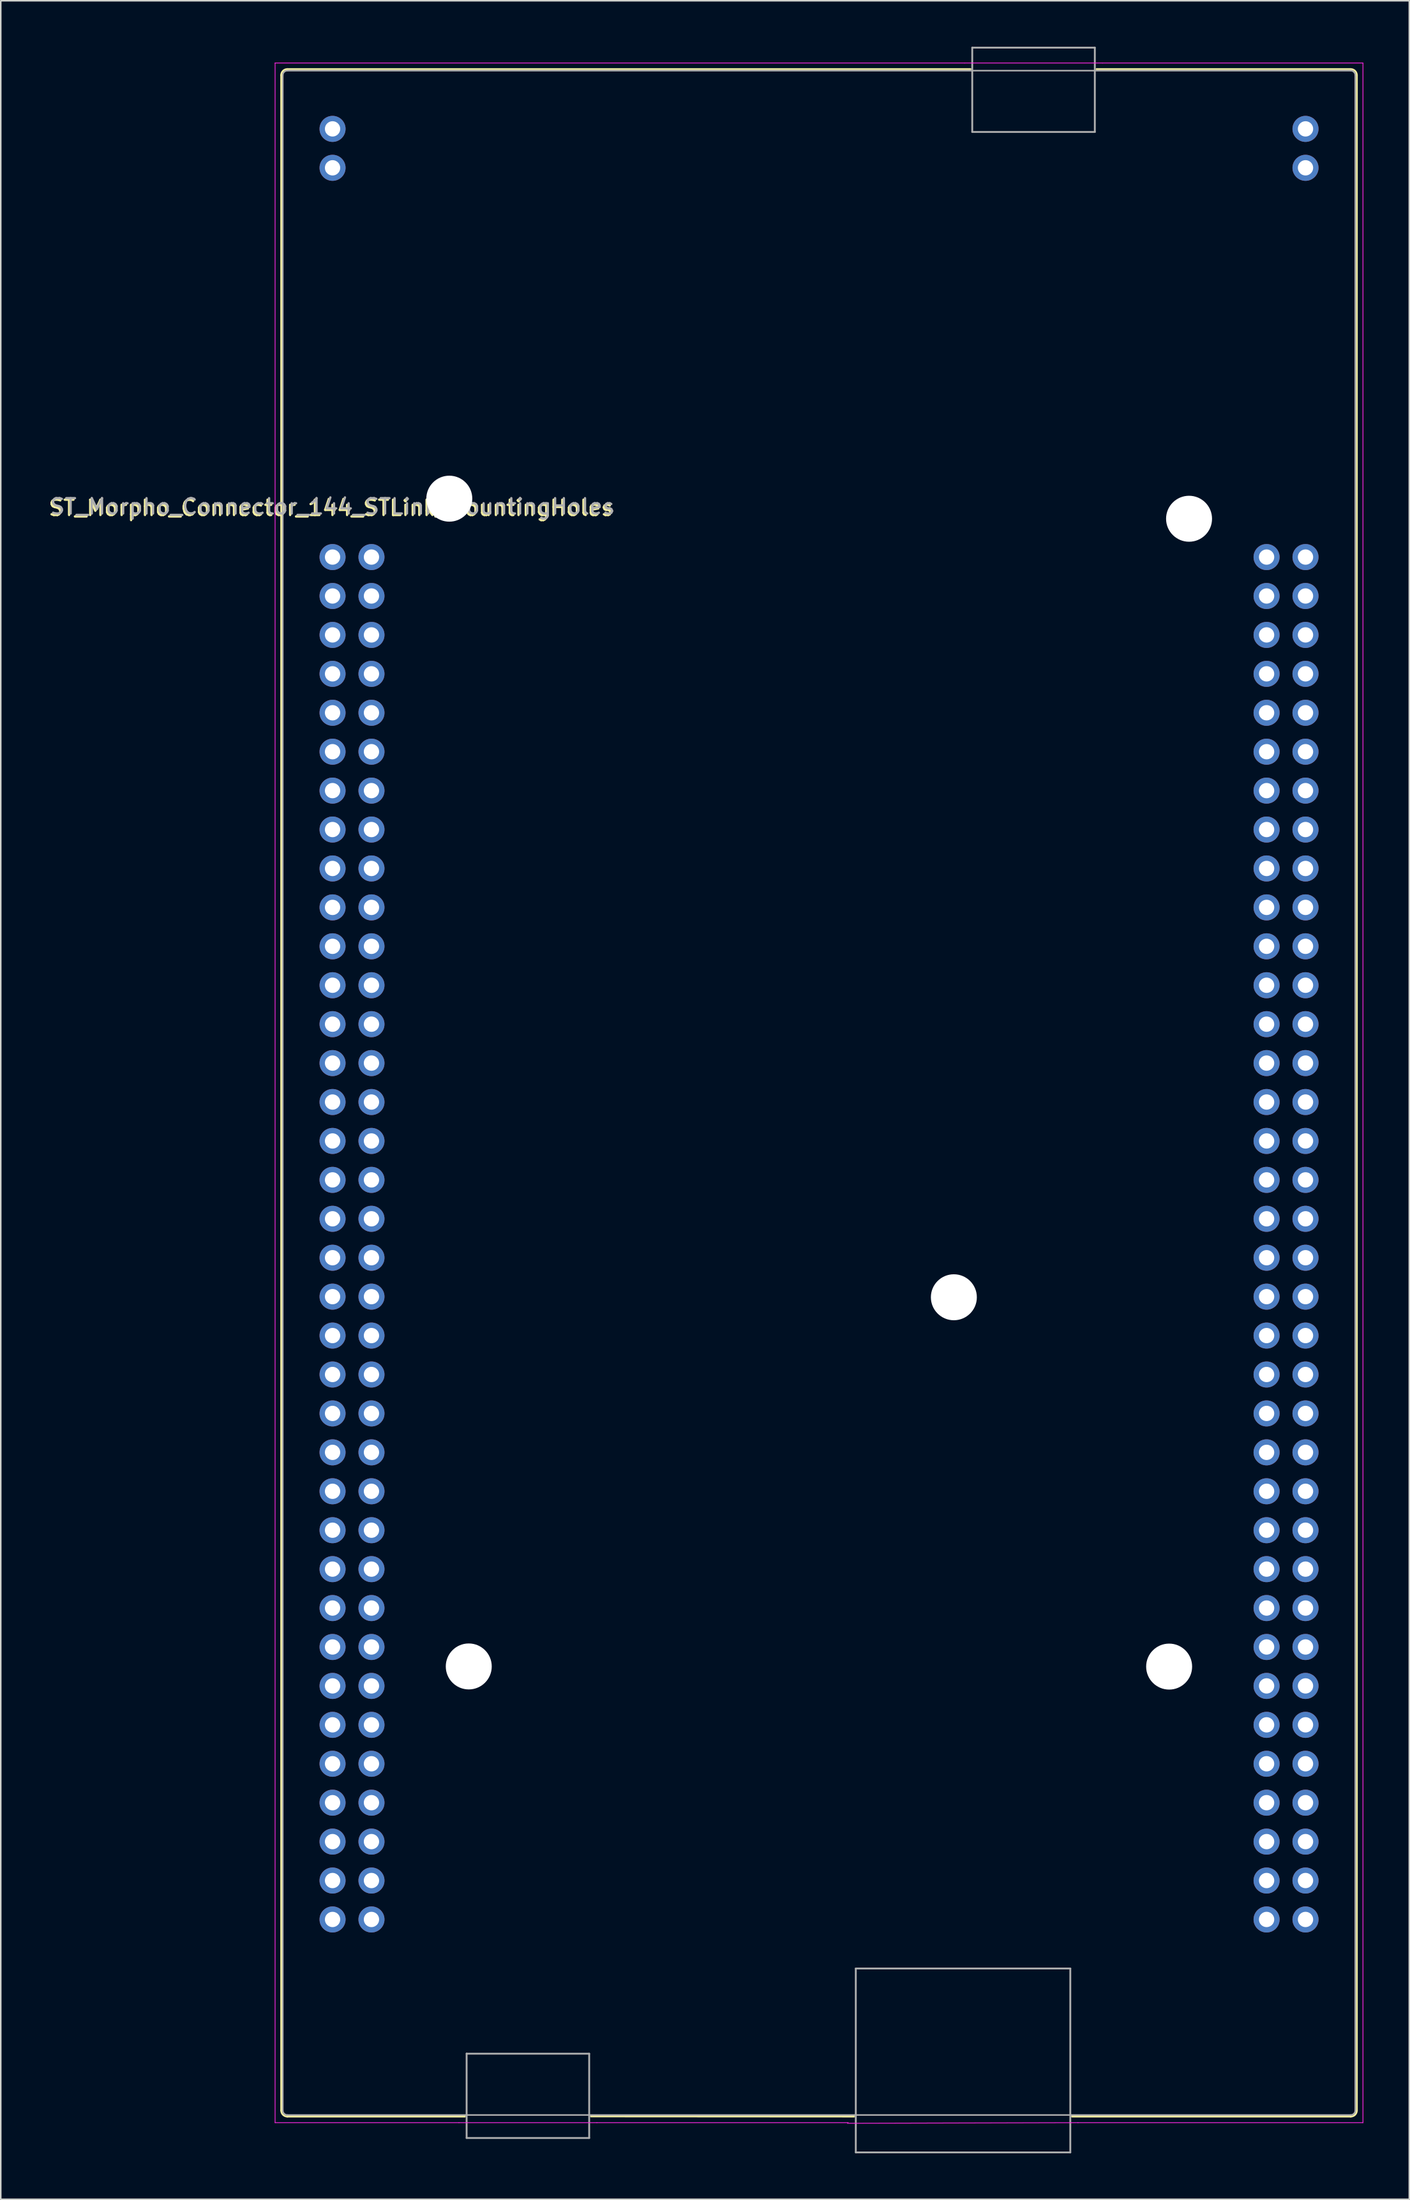
<source format=kicad_pcb>
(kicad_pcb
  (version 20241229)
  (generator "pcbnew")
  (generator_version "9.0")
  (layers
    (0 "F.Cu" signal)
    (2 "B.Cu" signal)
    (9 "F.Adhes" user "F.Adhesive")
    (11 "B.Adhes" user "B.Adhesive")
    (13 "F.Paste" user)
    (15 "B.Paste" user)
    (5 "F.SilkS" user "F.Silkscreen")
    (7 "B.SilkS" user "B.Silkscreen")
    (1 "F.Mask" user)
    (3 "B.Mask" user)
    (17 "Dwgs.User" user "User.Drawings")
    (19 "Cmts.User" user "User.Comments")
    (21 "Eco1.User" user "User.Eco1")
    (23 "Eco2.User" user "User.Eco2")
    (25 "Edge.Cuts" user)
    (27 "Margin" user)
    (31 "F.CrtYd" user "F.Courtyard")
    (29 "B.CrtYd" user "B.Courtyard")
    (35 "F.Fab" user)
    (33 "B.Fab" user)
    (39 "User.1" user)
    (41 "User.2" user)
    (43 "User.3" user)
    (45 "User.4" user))
  (footprint "ST_Morpho_Connector_144_STLink_MountingHoles"
    (layer "F.Cu")
    (at 18.654 33.3)
    (property "Reference" "ST_Morpho_Connector_144_STLink_MountingHoles" (at -0.1 -3.2 0) (layer "F.SilkS") (effects (font (size 1 1) (thickness 0.15))))
    (attr through_hole)
    (fp_line (start -3.35 -31.44) (end -3.35 101.36) (stroke (width 0.12) (type solid)) (layer "F.SilkS"))
    (fp_line (start 8.64 101.76) (end -2.95 101.76) (stroke (width 0.12) (type solid)) (layer "F.SilkS"))
    (fp_line (start 34.04 101.76) (end 16.86 101.75) (stroke (width 0.12) (type solid)) (layer "F.SilkS"))
    (fp_line (start 41.64 -31.84) (end -2.95 -31.84) (stroke (width 0.12) (type solid)) (layer "F.SilkS"))
    (fp_line (start 48.26 101.76) (end 66.45 101.76) (stroke (width 0.12) (type solid)) (layer "F.SilkS"))
    (fp_line (start 49.86 -31.84) (end 66.45 -31.84) (stroke (width 0.12) (type solid)) (layer "F.SilkS"))
    (fp_line (start 66.85 101.36) (end 66.85 -31.44) (stroke (width 0.12) (type solid)) (layer "F.SilkS"))
    (fp_arc (start -3.35 -31.44) (mid -3.232843 -31.722843) (end -2.95 -31.84) (stroke (width 0.12) (type solid)) (layer "F.SilkS"))
    (fp_arc (start -2.95 101.76) (mid -3.232843 101.642843) (end -3.35 101.36) (stroke (width 0.12) (type solid)) (layer "F.SilkS"))
    (fp_arc (start 66.45 -31.84) (mid 66.732843 -31.722843) (end 66.85 -31.44) (stroke (width 0.12) (type solid)) (layer "F.SilkS"))
    (fp_arc (start 66.85 101.36) (mid 66.732843 101.642843) (end 66.45 101.76) (stroke (width 0.12) (type solid)) (layer "F.SilkS"))
    (fp_line (start -3.75 -32.24) (end -3.75 102.16) (stroke (width 0.05) (type solid)) (layer "F.CrtYd"))
    (fp_line (start -3.75 102.16) (end 8.25 102.16) (stroke (width 0.05) (type solid)) (layer "F.CrtYd"))
    (fp_line (start 8.25 102.16) (end 17.25 102.16) (stroke (width 0.05) (type solid)) (layer "F.CrtYd"))
    (fp_line (start 17.25 102.16) (end 33.66 102.16) (stroke (width 0.05) (type solid)) (layer "F.CrtYd"))
    (fp_line (start 33.6 102.2) (end 48.65 102.16) (stroke (width 0.05) (type solid)) (layer "F.CrtYd"))
    (fp_line (start 41.25 -32.24) (end -3.75 -32.24) (stroke (width 0.05) (type solid)) (layer "F.CrtYd"))
    (fp_line (start 41.25 -32.24) (end 50.25 -32.24) (stroke (width 0.05) (type solid)) (layer "F.CrtYd"))
    (fp_line (start 50.25 -32.24) (end 67.25 -32.24) (stroke (width 0.05) (type solid)) (layer "F.CrtYd"))
    (fp_line (start 67.25 102.16) (end 48.65 102.16) (stroke (width 0.05) (type solid)) (layer "F.CrtYd"))
    (fp_line (start 67.25 102.16) (end 67.25 -32.24) (stroke (width 0.05) (type solid)) (layer "F.CrtYd"))
    (fp_line (start -3.25 101.36) (end -3.25 -31.44) (stroke (width 0.1) (type solid)) (layer "F.Fab"))
    (fp_line (start 8.75 97.66) (end 16.75 97.66) (stroke (width 0.12) (type solid)) (layer "F.Fab"))
    (fp_line (start 8.75 103.16) (end 8.75 97.65) (stroke (width 0.12) (type solid)) (layer "F.Fab"))
    (fp_line (start 8.75 103.16) (end 16.75 103.16) (stroke (width 0.12) (type solid)) (layer "F.Fab"))
    (fp_line (start 16.75 97.66) (end 16.75 103.16) (stroke (width 0.12) (type solid)) (layer "F.Fab"))
    (fp_line (start 34.15 92.1) (end 48.15 92.1) (stroke (width 0.12) (type solid)) (layer "F.Fab"))
    (fp_line (start 34.15 104.1) (end 34.15 92.1) (stroke (width 0.12) (type solid)) (layer "F.Fab"))
    (fp_line (start 34.15 104.1) (end 48.15 104.1) (stroke (width 0.12) (type solid)) (layer "F.Fab"))
    (fp_line (start 41.75 -33.24) (end 49.75 -33.24) (stroke (width 0.12) (type solid)) (layer "F.Fab"))
    (fp_line (start 41.75 -27.74) (end 41.75 -33.24) (stroke (width 0.12) (type solid)) (layer "F.Fab"))
    (fp_line (start 41.75 -27.74) (end 49.75 -27.74) (stroke (width 0.12) (type solid)) (layer "F.Fab"))
    (fp_line (start 48.15 104.1) (end 48.15 92.1) (stroke (width 0.12) (type solid)) (layer "F.Fab"))
    (fp_line (start 49.75 -33.24) (end 49.75 -27.74) (stroke (width 0.12) (type solid)) (layer "F.Fab"))
    (fp_line (start 66.45 -31.74) (end -2.95 -31.74) (stroke (width 0.1) (type solid)) (layer "F.Fab"))
    (fp_line (start 66.45 101.66) (end -2.95 101.66) (stroke (width 0.1) (type solid)) (layer "F.Fab"))
    (fp_line (start 66.75 101.36) (end 66.75 -31.44) (stroke (width 0.1) (type solid)) (layer "F.Fab"))
    (fp_arc (start -3.25 -31.44) (mid -3.162132 -31.652132) (end -2.95 -31.74) (stroke (width 0.1) (type solid)) (layer "F.Fab"))
    (fp_arc (start -2.95 101.66) (mid -3.162132 101.572132) (end -3.25 101.36) (stroke (width 0.1) (type solid)) (layer "F.Fab"))
    (fp_arc (start 66.45 -31.74) (mid 66.662132 -31.652132) (end 66.75 -31.44) (stroke (width 0.1) (type solid)) (layer "F.Fab"))
    (fp_arc (start 66.75 101.36) (mid 66.662132 101.572132) (end 66.45 101.66) (stroke (width 0.1) (type solid)) (layer "F.Fab"))
    (fp_text user "${REFERENCE}" (at 0 -3.3 0) (layer "F.Fab") (effects (font (size 1 1) (thickness 0.15))))
    (pad "" np_thru_hole circle (at 7.62 -3.81) (size 3 3) (drill 3) (layers "*.Cu" "*.Mask"))
    (pad "" np_thru_hole circle (at 8.89 72.39) (size 3 3) (drill 3) (layers "*.Cu" "*.Mask"))
    (pad "" np_thru_hole circle (at 40.55 48.3) (size 3 3) (drill 3) (layers "*.Cu" "*.Mask"))
    (pad "" np_thru_hole circle (at 54.6 72.4) (size 3 3) (drill 3) (layers "*.Cu" "*.Mask"))
    (pad "" np_thru_hole circle (at 55.9 -2.5) (size 3 3) (drill 3) (layers "*.Cu" "*.Mask"))
    (pad "1" thru_hole circle (at 0 0) (size 1.7 1.7) (drill 1) (layers "*.Cu" "*.Mask"))
    (pad "2" thru_hole circle (at 2.54 0) (size 1.7 1.7) (drill 1) (layers "*.Cu" "*.Mask"))
    (pad "3" thru_hole circle (at 0 2.54) (size 1.7 1.7) (drill 1) (layers "*.Cu" "*.Mask"))
    (pad "4" thru_hole circle (at 2.54 2.54) (size 1.7 1.7) (drill 1) (layers "*.Cu" "*.Mask"))
    (pad "5" thru_hole circle (at 0 5.08) (size 1.7 1.7) (drill 1) (layers "*.Cu" "*.Mask"))
    (pad "6" thru_hole circle (at 2.54 5.08) (size 1.7 1.7) (drill 1) (layers "*.Cu" "*.Mask"))
    (pad "7" thru_hole circle (at 0 7.62) (size 1.7 1.7) (drill 1) (layers "*.Cu" "*.Mask"))
    (pad "8" thru_hole circle (at 2.54 7.62) (size 1.7 1.7) (drill 1) (layers "*.Cu" "*.Mask"))
    (pad "9" thru_hole circle (at 0 10.16) (size 1.7 1.7) (drill 1) (layers "*.Cu" "*.Mask"))
    (pad "10" thru_hole circle (at 2.54 10.16) (size 1.7 1.7) (drill 1) (layers "*.Cu" "*.Mask"))
    (pad "11" thru_hole circle (at 0 12.7) (size 1.7 1.7) (drill 1) (layers "*.Cu" "*.Mask"))
    (pad "12" thru_hole circle (at 2.54 12.7) (size 1.7 1.7) (drill 1) (layers "*.Cu" "*.Mask"))
    (pad "13" thru_hole circle (at 0 15.24) (size 1.7 1.7) (drill 1) (layers "*.Cu" "*.Mask"))
    (pad "14" thru_hole circle (at 2.54 15.24) (size 1.7 1.7) (drill 1) (layers "*.Cu" "*.Mask"))
    (pad "15" thru_hole circle (at 0 17.78) (size 1.7 1.7) (drill 1) (layers "*.Cu" "*.Mask"))
    (pad "16" thru_hole circle (at 2.54 17.78) (size 1.7 1.7) (drill 1) (layers "*.Cu" "*.Mask"))
    (pad "17" thru_hole circle (at 0 20.32) (size 1.7 1.7) (drill 1) (layers "*.Cu" "*.Mask"))
    (pad "18" thru_hole circle (at 2.54 20.32) (size 1.7 1.7) (drill 1) (layers "*.Cu" "*.Mask"))
    (pad "19" thru_hole circle (at 0 22.86) (size 1.7 1.7) (drill 1) (layers "*.Cu" "*.Mask"))
    (pad "20" thru_hole circle (at 2.54 22.86) (size 1.7 1.7) (drill 1) (layers "*.Cu" "*.Mask"))
    (pad "21" thru_hole circle (at 0 25.4) (size 1.7 1.7) (drill 1) (layers "*.Cu" "*.Mask"))
    (pad "22" thru_hole circle (at 2.54 25.4) (size 1.7 1.7) (drill 1) (layers "*.Cu" "*.Mask"))
    (pad "23" thru_hole circle (at 0 27.94) (size 1.7 1.7) (drill 1) (layers "*.Cu" "*.Mask"))
    (pad "24" thru_hole circle (at 2.54 27.94) (size 1.7 1.7) (drill 1) (layers "*.Cu" "*.Mask"))
    (pad "25" thru_hole circle (at 0 30.48) (size 1.7 1.7) (drill 1) (layers "*.Cu" "*.Mask"))
    (pad "26" thru_hole circle (at 2.54 30.48) (size 1.7 1.7) (drill 1) (layers "*.Cu" "*.Mask"))
    (pad "27" thru_hole circle (at 0 33.02) (size 1.7 1.7) (drill 1) (layers "*.Cu" "*.Mask"))
    (pad "28" thru_hole circle (at 2.54 33.02) (size 1.7 1.7) (drill 1) (layers "*.Cu" "*.Mask"))
    (pad "29" thru_hole circle (at 0 35.56) (size 1.7 1.7) (drill 1) (layers "*.Cu" "*.Mask"))
    (pad "30" thru_hole circle (at 2.54 35.56) (size 1.7 1.7) (drill 1) (layers "*.Cu" "*.Mask"))
    (pad "31" thru_hole circle (at 0 38.1) (size 1.7 1.7) (drill 1) (layers "*.Cu" "*.Mask"))
    (pad "32" thru_hole circle (at 2.54 38.1) (size 1.7 1.7) (drill 1) (layers "*.Cu" "*.Mask"))
    (pad "33" thru_hole circle (at 0 40.64) (size 1.7 1.7) (drill 1) (layers "*.Cu" "*.Mask"))
    (pad "34" thru_hole circle (at 2.54 40.64) (size 1.7 1.7) (drill 1) (layers "*.Cu" "*.Mask"))
    (pad "35" thru_hole circle (at 0 43.18) (size 1.7 1.7) (drill 1) (layers "*.Cu" "*.Mask"))
    (pad "36" thru_hole circle (at 2.54 43.18) (size 1.7 1.7) (drill 1) (layers "*.Cu" "*.Mask"))
    (pad "37" thru_hole circle (at 0 45.72) (size 1.7 1.7) (drill 1) (layers "*.Cu" "*.Mask"))
    (pad "38" thru_hole circle (at 2.54 45.72) (size 1.7 1.7) (drill 1) (layers "*.Cu" "*.Mask"))
    (pad "39" thru_hole circle (at 0 48.26) (size 1.7 1.7) (drill 1) (layers "*.Cu" "*.Mask"))
    (pad "40" thru_hole circle (at 2.54 48.26) (size 1.7 1.7) (drill 1) (layers "*.Cu" "*.Mask"))
    (pad "41" thru_hole circle (at 0 50.8) (size 1.7 1.7) (drill 1) (layers "*.Cu" "*.Mask"))
    (pad "42" thru_hole circle (at 2.54 50.8) (size 1.7 1.7) (drill 1) (layers "*.Cu" "*.Mask"))
    (pad "43" thru_hole circle (at 0 53.34) (size 1.7 1.7) (drill 1) (layers "*.Cu" "*.Mask"))
    (pad "44" thru_hole circle (at 2.54 53.34) (size 1.7 1.7) (drill 1) (layers "*.Cu" "*.Mask"))
    (pad "45" thru_hole circle (at 0 55.88) (size 1.7 1.7) (drill 1) (layers "*.Cu" "*.Mask"))
    (pad "46" thru_hole circle (at 2.54 55.88) (size 1.7 1.7) (drill 1) (layers "*.Cu" "*.Mask"))
    (pad "47" thru_hole circle (at 0 58.42) (size 1.7 1.7) (drill 1) (layers "*.Cu" "*.Mask"))
    (pad "48" thru_hole circle (at 2.54 58.42) (size 1.7 1.7) (drill 1) (layers "*.Cu" "*.Mask"))
    (pad "49" thru_hole circle (at 0 60.96) (size 1.7 1.7) (drill 1) (layers "*.Cu" "*.Mask"))
    (pad "50" thru_hole circle (at 2.54 60.96) (size 1.7 1.7) (drill 1) (layers "*.Cu" "*.Mask"))
    (pad "51" thru_hole circle (at 0 63.5) (size 1.7 1.7) (drill 1) (layers "*.Cu" "*.Mask"))
    (pad "52" thru_hole circle (at 2.54 63.5) (size 1.7 1.7) (drill 1) (layers "*.Cu" "*.Mask"))
    (pad "53" thru_hole circle (at 0 66.04) (size 1.7 1.7) (drill 1) (layers "*.Cu" "*.Mask"))
    (pad "54" thru_hole circle (at 2.54 66.04) (size 1.7 1.7) (drill 1) (layers "*.Cu" "*.Mask"))
    (pad "55" thru_hole circle (at 0 68.58) (size 1.7 1.7) (drill 1) (layers "*.Cu" "*.Mask"))
    (pad "56" thru_hole circle (at 2.54 68.58) (size 1.7 1.7) (drill 1) (layers "*.Cu" "*.Mask"))
    (pad "57" thru_hole circle (at 0 71.12) (size 1.7 1.7) (drill 1) (layers "*.Cu" "*.Mask"))
    (pad "58" thru_hole circle (at 2.54 71.12) (size 1.7 1.7) (drill 1) (layers "*.Cu" "*.Mask"))
    (pad "59" thru_hole circle (at 0 73.66) (size 1.7 1.7) (drill 1) (layers "*.Cu" "*.Mask"))
    (pad "60" thru_hole circle (at 2.54 73.66) (size 1.7 1.7) (drill 1) (layers "*.Cu" "*.Mask"))
    (pad "61" thru_hole circle (at 0 76.2) (size 1.7 1.7) (drill 1) (layers "*.Cu" "*.Mask"))
    (pad "62" thru_hole circle (at 2.54 76.2) (size 1.7 1.7) (drill 1) (layers "*.Cu" "*.Mask"))
    (pad "63" thru_hole circle (at 0 78.74) (size 1.7 1.7) (drill 1) (layers "*.Cu" "*.Mask"))
    (pad "64" thru_hole circle (at 2.54 78.74) (size 1.7 1.7) (drill 1) (layers "*.Cu" "*.Mask"))
    (pad "65" thru_hole circle (at 0 81.28) (size 1.7 1.7) (drill 1) (layers "*.Cu" "*.Mask"))
    (pad "66" thru_hole circle (at 2.54 81.28) (size 1.7 1.7) (drill 1) (layers "*.Cu" "*.Mask"))
    (pad "67" thru_hole circle (at 0 83.82) (size 1.7 1.7) (drill 1) (layers "*.Cu" "*.Mask"))
    (pad "68" thru_hole circle (at 2.54 83.82) (size 1.7 1.7) (drill 1) (layers "*.Cu" "*.Mask"))
    (pad "69" thru_hole circle (at 0 86.36) (size 1.7 1.7) (drill 1) (layers "*.Cu" "*.Mask"))
    (pad "70" thru_hole circle (at 2.54 86.36) (size 1.7 1.7) (drill 1) (layers "*.Cu" "*.Mask"))
    (pad "71" thru_hole circle (at 0 88.9) (size 1.7 1.7) (drill 1) (layers "*.Cu" "*.Mask"))
    (pad "72" thru_hole circle (at 2.54 88.9) (size 1.7 1.7) (drill 1) (layers "*.Cu" "*.Mask"))
    (pad "73" thru_hole circle (at 60.96 0) (size 1.7 1.7) (drill 1) (layers "*.Cu" "*.Mask"))
    (pad "74" thru_hole circle (at 63.5 0) (size 1.7 1.7) (drill 1) (layers "*.Cu" "*.Mask"))
    (pad "75" thru_hole circle (at 60.96 2.54) (size 1.7 1.7) (drill 1) (layers "*.Cu" "*.Mask"))
    (pad "76" thru_hole circle (at 63.5 2.54) (size 1.7 1.7) (drill 1) (layers "*.Cu" "*.Mask"))
    (pad "77" thru_hole circle (at 60.96 5.08) (size 1.7 1.7) (drill 1) (layers "*.Cu" "*.Mask"))
    (pad "78" thru_hole circle (at 63.5 5.08) (size 1.7 1.7) (drill 1) (layers "*.Cu" "*.Mask"))
    (pad "79" thru_hole circle (at 60.96 7.62) (size 1.7 1.7) (drill 1) (layers "*.Cu" "*.Mask"))
    (pad "80" thru_hole circle (at 63.5 7.62) (size 1.7 1.7) (drill 1) (layers "*.Cu" "*.Mask"))
    (pad "81" thru_hole circle (at 60.96 10.16) (size 1.7 1.7) (drill 1) (layers "*.Cu" "*.Mask"))
    (pad "82" thru_hole circle (at 63.5 10.16) (size 1.7 1.7) (drill 1) (layers "*.Cu" "*.Mask"))
    (pad "83" thru_hole circle (at 60.96 12.7) (size 1.7 1.7) (drill 1) (layers "*.Cu" "*.Mask"))
    (pad "84" thru_hole circle (at 63.5 12.7) (size 1.7 1.7) (drill 1) (layers "*.Cu" "*.Mask"))
    (pad "85" thru_hole circle (at 60.96 15.24) (size 1.7 1.7) (drill 1) (layers "*.Cu" "*.Mask"))
    (pad "86" thru_hole circle (at 63.5 15.24) (size 1.7 1.7) (drill 1) (layers "*.Cu" "*.Mask"))
    (pad "87" thru_hole circle (at 60.96 17.78) (size 1.7 1.7) (drill 1) (layers "*.Cu" "*.Mask"))
    (pad "88" thru_hole circle (at 63.5 17.78) (size 1.7 1.7) (drill 1) (layers "*.Cu" "*.Mask"))
    (pad "89" thru_hole circle (at 60.96 20.32) (size 1.7 1.7) (drill 1) (layers "*.Cu" "*.Mask"))
    (pad "90" thru_hole circle (at 63.5 20.32) (size 1.7 1.7) (drill 1) (layers "*.Cu" "*.Mask"))
    (pad "91" thru_hole circle (at 60.96 22.86) (size 1.7 1.7) (drill 1) (layers "*.Cu" "*.Mask"))
    (pad "92" thru_hole circle (at 63.5 22.86) (size 1.7 1.7) (drill 1) (layers "*.Cu" "*.Mask"))
    (pad "93" thru_hole circle (at 60.96 25.4) (size 1.7 1.7) (drill 1) (layers "*.Cu" "*.Mask"))
    (pad "94" thru_hole circle (at 63.5 25.4) (size 1.7 1.7) (drill 1) (layers "*.Cu" "*.Mask"))
    (pad "95" thru_hole circle (at 60.96 27.94) (size 1.7 1.7) (drill 1) (layers "*.Cu" "*.Mask"))
    (pad "96" thru_hole circle (at 63.5 27.94) (size 1.7 1.7) (drill 1) (layers "*.Cu" "*.Mask"))
    (pad "97" thru_hole circle (at 60.96 30.48) (size 1.7 1.7) (drill 1) (layers "*.Cu" "*.Mask"))
    (pad "98" thru_hole circle (at 63.5 30.48) (size 1.7 1.7) (drill 1) (layers "*.Cu" "*.Mask"))
    (pad "99" thru_hole circle (at 60.96 33.02) (size 1.7 1.7) (drill 1) (layers "*.Cu" "*.Mask"))
    (pad "100" thru_hole circle (at 63.5 33.02) (size 1.7 1.7) (drill 1) (layers "*.Cu" "*.Mask"))
    (pad "101" thru_hole circle (at 60.96 35.56) (size 1.7 1.7) (drill 1) (layers "*.Cu" "*.Mask"))
    (pad "102" thru_hole circle (at 63.5 35.56) (size 1.7 1.7) (drill 1) (layers "*.Cu" "*.Mask"))
    (pad "103" thru_hole circle (at 60.96 38.1) (size 1.7 1.7) (drill 1) (layers "*.Cu" "*.Mask"))
    (pad "104" thru_hole circle (at 63.5 38.1) (size 1.7 1.7) (drill 1) (layers "*.Cu" "*.Mask"))
    (pad "105" thru_hole circle (at 60.96 40.64) (size 1.7 1.7) (drill 1) (layers "*.Cu" "*.Mask"))
    (pad "106" thru_hole circle (at 63.5 40.64) (size 1.7 1.7) (drill 1) (layers "*.Cu" "*.Mask"))
    (pad "107" thru_hole circle (at 60.96 43.18) (size 1.7 1.7) (drill 1) (layers "*.Cu" "*.Mask"))
    (pad "108" thru_hole circle (at 63.5 43.18) (size 1.7 1.7) (drill 1) (layers "*.Cu" "*.Mask"))
    (pad "109" thru_hole circle (at 60.96 45.72) (size 1.7 1.7) (drill 1) (layers "*.Cu" "*.Mask"))
    (pad "110" thru_hole circle (at 63.5 45.72) (size 1.7 1.7) (drill 1) (layers "*.Cu" "*.Mask"))
    (pad "111" thru_hole circle (at 60.96 48.26) (size 1.7 1.7) (drill 1) (layers "*.Cu" "*.Mask"))
    (pad "112" thru_hole circle (at 63.5 48.26) (size 1.7 1.7) (drill 1) (layers "*.Cu" "*.Mask"))
    (pad "113" thru_hole circle (at 60.96 50.8) (size 1.7 1.7) (drill 1) (layers "*.Cu" "*.Mask"))
    (pad "114" thru_hole circle (at 63.5 50.8) (size 1.7 1.7) (drill 1) (layers "*.Cu" "*.Mask"))
    (pad "115" thru_hole circle (at 60.96 53.34) (size 1.7 1.7) (drill 1) (layers "*.Cu" "*.Mask"))
    (pad "116" thru_hole circle (at 63.5 53.34) (size 1.7 1.7) (drill 1) (layers "*.Cu" "*.Mask"))
    (pad "117" thru_hole circle (at 60.96 55.88) (size 1.7 1.7) (drill 1) (layers "*.Cu" "*.Mask"))
    (pad "118" thru_hole circle (at 63.5 55.88) (size 1.7 1.7) (drill 1) (layers "*.Cu" "*.Mask"))
    (pad "119" thru_hole circle (at 60.96 58.42) (size 1.7 1.7) (drill 1) (layers "*.Cu" "*.Mask"))
    (pad "120" thru_hole circle (at 63.5 58.42) (size 1.7 1.7) (drill 1) (layers "*.Cu" "*.Mask"))
    (pad "121" thru_hole circle (at 60.96 60.96) (size 1.7 1.7) (drill 1) (layers "*.Cu" "*.Mask"))
    (pad "122" thru_hole circle (at 63.5 60.96) (size 1.7 1.7) (drill 1) (layers "*.Cu" "*.Mask"))
    (pad "123" thru_hole circle (at 60.96 63.5) (size 1.7 1.7) (drill 1) (layers "*.Cu" "*.Mask"))
    (pad "124" thru_hole circle (at 63.5 63.5) (size 1.7 1.7) (drill 1) (layers "*.Cu" "*.Mask"))
    (pad "125" thru_hole circle (at 60.96 66.04) (size 1.7 1.7) (drill 1) (layers "*.Cu" "*.Mask"))
    (pad "126" thru_hole circle (at 63.5 66.04) (size 1.7 1.7) (drill 1) (layers "*.Cu" "*.Mask"))
    (pad "127" thru_hole circle (at 60.96 68.58) (size 1.7 1.7) (drill 1) (layers "*.Cu" "*.Mask"))
    (pad "128" thru_hole circle (at 63.5 68.58) (size 1.7 1.7) (drill 1) (layers "*.Cu" "*.Mask"))
    (pad "129" thru_hole circle (at 60.96 71.12) (size 1.7 1.7) (drill 1) (layers "*.Cu" "*.Mask"))
    (pad "130" thru_hole circle (at 63.5 71.12) (size 1.7 1.7) (drill 1) (layers "*.Cu" "*.Mask"))
    (pad "131" thru_hole circle (at 60.96 73.66) (size 1.7 1.7) (drill 1) (layers "*.Cu" "*.Mask"))
    (pad "132" thru_hole circle (at 63.5 73.66) (size 1.7 1.7) (drill 1) (layers "*.Cu" "*.Mask"))
    (pad "133" thru_hole circle (at 60.96 76.2) (size 1.7 1.7) (drill 1) (layers "*.Cu" "*.Mask"))
    (pad "134" thru_hole circle (at 63.5 76.2) (size 1.7 1.7) (drill 1) (layers "*.Cu" "*.Mask"))
    (pad "135" thru_hole circle (at 60.96 78.74) (size 1.7 1.7) (drill 1) (layers "*.Cu" "*.Mask"))
    (pad "136" thru_hole circle (at 63.5 78.74) (size 1.7 1.7) (drill 1) (layers "*.Cu" "*.Mask"))
    (pad "137" thru_hole circle (at 60.96 81.28) (size 1.7 1.7) (drill 1) (layers "*.Cu" "*.Mask"))
    (pad "138" thru_hole circle (at 63.5 81.28) (size 1.7 1.7) (drill 1) (layers "*.Cu" "*.Mask"))
    (pad "139" thru_hole circle (at 60.96 83.82) (size 1.7 1.7) (drill 1) (layers "*.Cu" "*.Mask"))
    (pad "140" thru_hole circle (at 63.5 83.82) (size 1.7 1.7) (drill 1) (layers "*.Cu" "*.Mask"))
    (pad "141" thru_hole circle (at 60.96 86.36) (size 1.7 1.7) (drill 1) (layers "*.Cu" "*.Mask"))
    (pad "142" thru_hole circle (at 63.5 86.36) (size 1.7 1.7) (drill 1) (layers "*.Cu" "*.Mask"))
    (pad "143" thru_hole circle (at 60.96 88.9) (size 1.7 1.7) (drill 1) (layers "*.Cu" "*.Mask"))
    (pad "144" thru_hole circle (at 63.5 88.9) (size 1.7 1.7) (drill 1) (layers "*.Cu" "*.Mask"))
    (pad "145" thru_hole circle (at 0 -27.94) (size 1.7 1.7) (drill 1) (layers "*.Cu" "*.Mask"))
    (pad "146" thru_hole circle (at 0 -25.4) (size 1.7 1.7) (drill 1) (layers "*.Cu" "*.Mask"))
    (pad "147" thru_hole circle (at 63.5 -27.94) (size 1.7 1.7) (drill 1) (layers "*.Cu" "*.Mask"))
    (pad "148" thru_hole circle (at 63.5 -25.4) (size 1.7 1.7) (drill 1) (layers "*.Cu" "*.Mask")))
  (gr_rect
    (start -3 -3)
    (end 88.929 140.46)
    (stroke (width 0.1) (type default))
    (fill no)
    (layer "Edge.Cuts")))
</source>
